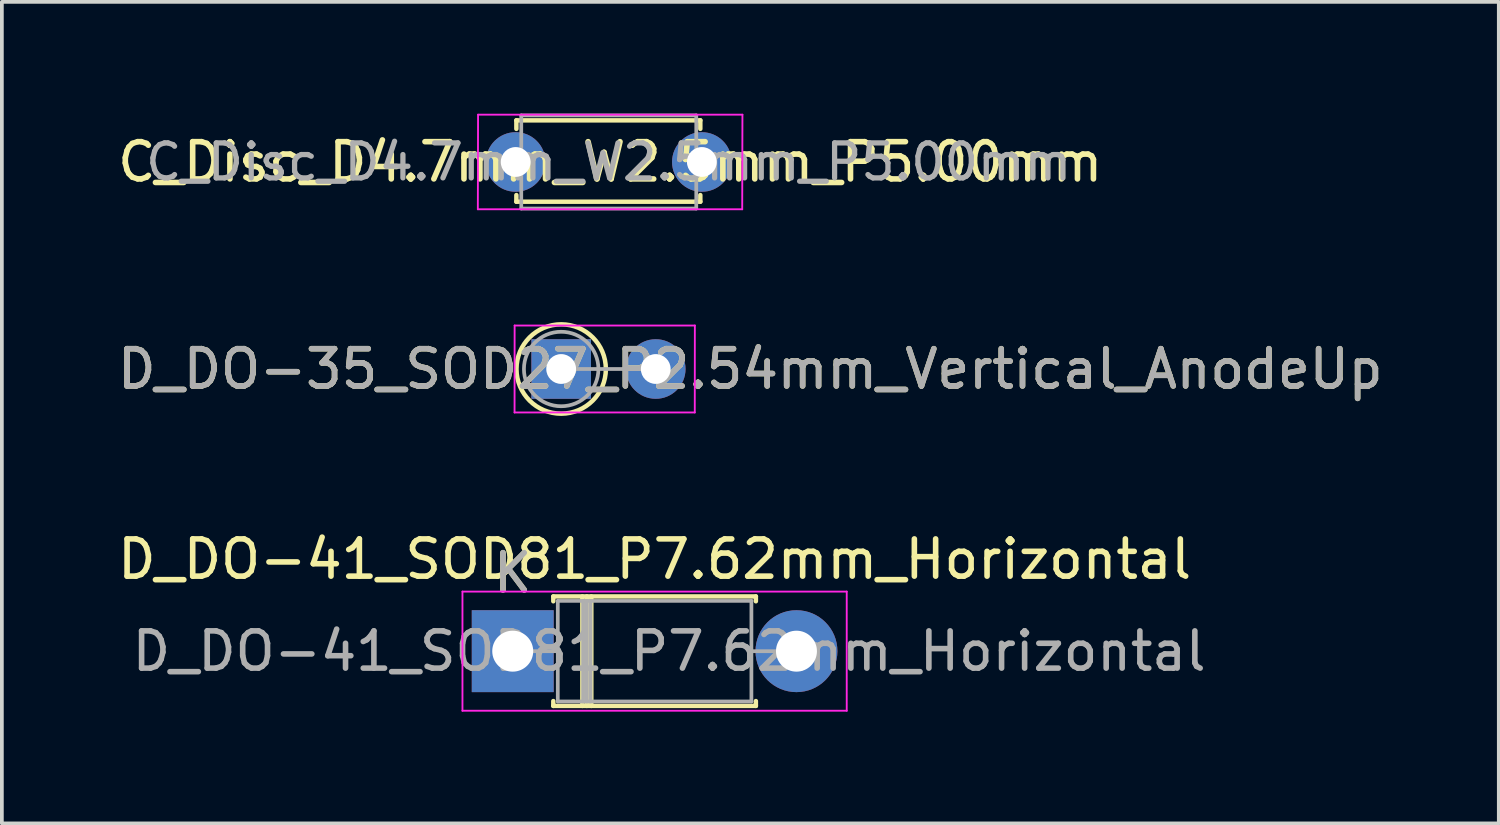
<source format=kicad_pcb>
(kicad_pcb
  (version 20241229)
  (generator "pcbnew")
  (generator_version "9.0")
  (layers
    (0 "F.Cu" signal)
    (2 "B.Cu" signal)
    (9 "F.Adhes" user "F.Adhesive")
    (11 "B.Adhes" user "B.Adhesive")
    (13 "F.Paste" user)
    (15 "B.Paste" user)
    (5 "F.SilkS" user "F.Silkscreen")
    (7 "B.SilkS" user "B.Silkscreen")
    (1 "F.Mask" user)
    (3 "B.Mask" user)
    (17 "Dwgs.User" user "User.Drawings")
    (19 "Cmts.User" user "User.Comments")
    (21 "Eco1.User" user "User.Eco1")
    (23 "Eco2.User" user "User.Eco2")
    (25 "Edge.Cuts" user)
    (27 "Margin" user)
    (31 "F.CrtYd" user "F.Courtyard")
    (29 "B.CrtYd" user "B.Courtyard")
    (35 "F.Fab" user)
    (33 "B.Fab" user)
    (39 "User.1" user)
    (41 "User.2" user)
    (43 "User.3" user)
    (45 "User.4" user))
  (footprint "D_DO-35_SOD27_P2.54mm_Vertical_AnodeUp"
    (layer "F.Cu")
    (at 12.021 6.86)
    (property "Reference" "D_DO-35_SOD27_P2.54mm_Vertical_AnodeUp" (at 5.08 0 0) (layer "F.SilkS") (effects (font (size 1 1) (thickness 0.15))))
    (attr through_hole)
    (fp_circle (center 0 0) (end 1.2 0) (stroke (width 0.12) (type solid)) (fill no) (layer "F.SilkS"))
    (fp_line (start -1.252 1.168) (end 3.588 1.168) (stroke (width 0.05) (type solid)) (layer "F.CrtYd"))
    (fp_line (start -1.25 -1.168) (end -1.252 1.168) (stroke (width 0.05) (type solid)) (layer "F.CrtYd"))
    (fp_line (start 3.588 1.168) (end 3.59 -1.168) (stroke (width 0.05) (type solid)) (layer "F.CrtYd"))
    (fp_line (start 3.59 -1.168) (end -1.25 -1.168) (stroke (width 0.05) (type solid)) (layer "F.CrtYd"))
    (fp_line (start 0 0) (end 2.54 0) (stroke (width 0.1) (type solid)) (layer "F.Fab"))
    (fp_circle (center 0 0) (end 1 0) (stroke (width 0.1) (type solid)) (fill no) (layer "F.Fab"))
    (fp_text user "${REFERENCE}" (at 5.08 0 0) (layer "F.Fab") (effects (font (size 1 1) (thickness 0.15))))
    (pad "1" thru_hole rect (at 0 0) (size 1.6 1.6) (drill 0.8) (layers "*.Cu" "*.Mask"))
    (pad "2" thru_hole oval (at 2.54 0) (size 1.6 1.6) (drill 0.8) (layers "*.Cu" "*.Mask")))
  (footprint "C_Disc_D4.7mm_W2.5mm_P5.00mm"
    (layer "F.Cu")
    (at 10.799 1.3)
    (property "Reference" "C_Disc_D4.7mm_W2.5mm_P5.00mm" (at 2.54 0 0) (layer "F.SilkS") (effects (font (size 1 1) (thickness 0.15))))
    (attr through_hole)
    (fp_line (start 0.019 -1.118) (end 0.019 -0.889) (stroke (width 0.12) (type solid)) (layer "F.SilkS"))
    (fp_line (start 0.019 -1.118) (end 4.959 -1.118) (stroke (width 0.12) (type solid)) (layer "F.SilkS"))
    (fp_line (start 0.019 0.889) (end 0.019 1.067) (stroke (width 0.12) (type solid)) (layer "F.SilkS"))
    (fp_line (start 0.019 1.067) (end 4.959 1.067) (stroke (width 0.12) (type solid)) (layer "F.SilkS"))
    (fp_line (start 4.959 -1.118) (end 4.959 -0.889) (stroke (width 0.12) (type solid)) (layer "F.SilkS"))
    (fp_line (start 4.959 0.889) (end 4.959 1.067) (stroke (width 0.12) (type solid)) (layer "F.SilkS"))
    (fp_line (start -1.016 1.27) (end 6.084 1.27) (stroke (width 0.05) (type solid)) (layer "F.CrtYd"))
    (fp_line (start -1.01 -1.27) (end -1.016 1.27) (stroke (width 0.05) (type solid)) (layer "F.CrtYd"))
    (fp_line (start 6.084 1.27) (end 6.09 -1.27) (stroke (width 0.05) (type solid)) (layer "F.CrtYd"))
    (fp_line (start 6.09 -1.27) (end -1.01 -1.27) (stroke (width 0.05) (type solid)) (layer "F.CrtYd"))
    (fp_line (start 0.15 -1.25) (end 0.15 1.25) (stroke (width 0.1) (type solid)) (layer "F.Fab"))
    (fp_line (start 0.15 1.25) (end 4.85 1.25) (stroke (width 0.1) (type solid)) (layer "F.Fab"))
    (fp_line (start 4.85 -1.25) (end 0.15 -1.25) (stroke (width 0.1) (type solid)) (layer "F.Fab"))
    (fp_line (start 4.85 1.25) (end 4.85 -1.25) (stroke (width 0.1) (type solid)) (layer "F.Fab"))
    (fp_text user "${REFERENCE}" (at 2.5 0 0) (layer "F.Fab") (effects (font (size 0.94 0.94) (thickness 0.141))))
    (pad "1" thru_hole circle (at 0 0) (size 1.6 1.6) (drill 0.8) (layers "*.Cu" "*.Mask"))
    (pad "2" thru_hole circle (at 5 0) (size 1.6 1.6) (drill 0.8) (layers "*.Cu" "*.Mask")))
  (footprint "D_DO-41_SOD81_P7.62mm_Horizontal"
    (layer "F.Cu")
    (at 10.72 14.438)
    (property "Reference" "D_DO-41_SOD81_P7.62mm_Horizontal" (at 3.81 -2.47 0) (layer "F.SilkS") (effects (font (size 1 1) (thickness 0.15))))
    (attr through_hole)
    (fp_line (start 1.09 -1.47) (end 6.53 -1.47) (stroke (width 0.12) (type solid)) (layer "F.SilkS"))
    (fp_line (start 1.09 -1.34) (end 1.09 -1.47) (stroke (width 0.12) (type solid)) (layer "F.SilkS"))
    (fp_line (start 1.09 1.34) (end 1.09 1.47) (stroke (width 0.12) (type solid)) (layer "F.SilkS"))
    (fp_line (start 1.09 1.47) (end 6.53 1.47) (stroke (width 0.12) (type solid)) (layer "F.SilkS"))
    (fp_line (start 1.87 -1.47) (end 1.87 1.47) (stroke (width 0.12) (type solid)) (layer "F.SilkS"))
    (fp_line (start 1.99 -1.47) (end 1.99 1.47) (stroke (width 0.12) (type solid)) (layer "F.SilkS"))
    (fp_line (start 2.11 -1.47) (end 2.11 1.47) (stroke (width 0.12) (type solid)) (layer "F.SilkS"))
    (fp_line (start 6.53 -1.47) (end 6.53 -1.34) (stroke (width 0.12) (type solid)) (layer "F.SilkS"))
    (fp_line (start 6.53 1.47) (end 6.53 1.34) (stroke (width 0.12) (type solid)) (layer "F.SilkS"))
    (fp_line (start -1.35 -1.6) (end -1.35 1.6) (stroke (width 0.05) (type solid)) (layer "F.CrtYd"))
    (fp_line (start -1.35 1.6) (end 8.97 1.6) (stroke (width 0.05) (type solid)) (layer "F.CrtYd"))
    (fp_line (start 8.97 -1.6) (end -1.35 -1.6) (stroke (width 0.05) (type solid)) (layer "F.CrtYd"))
    (fp_line (start 8.97 1.6) (end 8.97 -1.6) (stroke (width 0.05) (type solid)) (layer "F.CrtYd"))
    (fp_line (start 0 0) (end 1.21 0) (stroke (width 0.1) (type solid)) (layer "F.Fab"))
    (fp_line (start 1.21 -1.35) (end 1.21 1.35) (stroke (width 0.1) (type solid)) (layer "F.Fab"))
    (fp_line (start 1.21 1.35) (end 6.41 1.35) (stroke (width 0.1) (type solid)) (layer "F.Fab"))
    (fp_line (start 1.89 -1.35) (end 1.89 1.35) (stroke (width 0.1) (type solid)) (layer "F.Fab"))
    (fp_line (start 1.99 -1.35) (end 1.99 1.35) (stroke (width 0.1) (type solid)) (layer "F.Fab"))
    (fp_line (start 2.09 -1.35) (end 2.09 1.35) (stroke (width 0.1) (type solid)) (layer "F.Fab"))
    (fp_line (start 6.41 -1.35) (end 1.21 -1.35) (stroke (width 0.1) (type solid)) (layer "F.Fab"))
    (fp_line (start 6.41 1.35) (end 6.41 -1.35) (stroke (width 0.1) (type solid)) (layer "F.Fab"))
    (fp_line (start 7.62 0) (end 6.41 0) (stroke (width 0.1) (type solid)) (layer "F.Fab"))
    (fp_text user "K" (at 0 -2.1 0) (layer "F.SilkS") (effects (font (size 1 1) (thickness 0.15))))
    (fp_text user "K" (at 0 -2.1 0) (layer "F.Fab") (effects (font (size 1 1) (thickness 0.15))))
    (fp_text user "${REFERENCE}" (at 4.2 0 0) (layer "F.Fab") (effects (font (size 1 1) (thickness 0.15))))
    (pad "1" thru_hole rect (at 0 0) (size 2.2 2.2) (drill 1.1) (layers "*.Cu" "*.Mask"))
    (pad "2" thru_hole oval (at 7.62 0) (size 2.2 2.2) (drill 1.1) (layers "*.Cu" "*.Mask")))
  (gr_rect
    (start -3 -3)
    (end 37.202 19.063)
    (stroke (width 0.1) (type default))
    (fill no)
    (layer "Edge.Cuts")))
</source>
